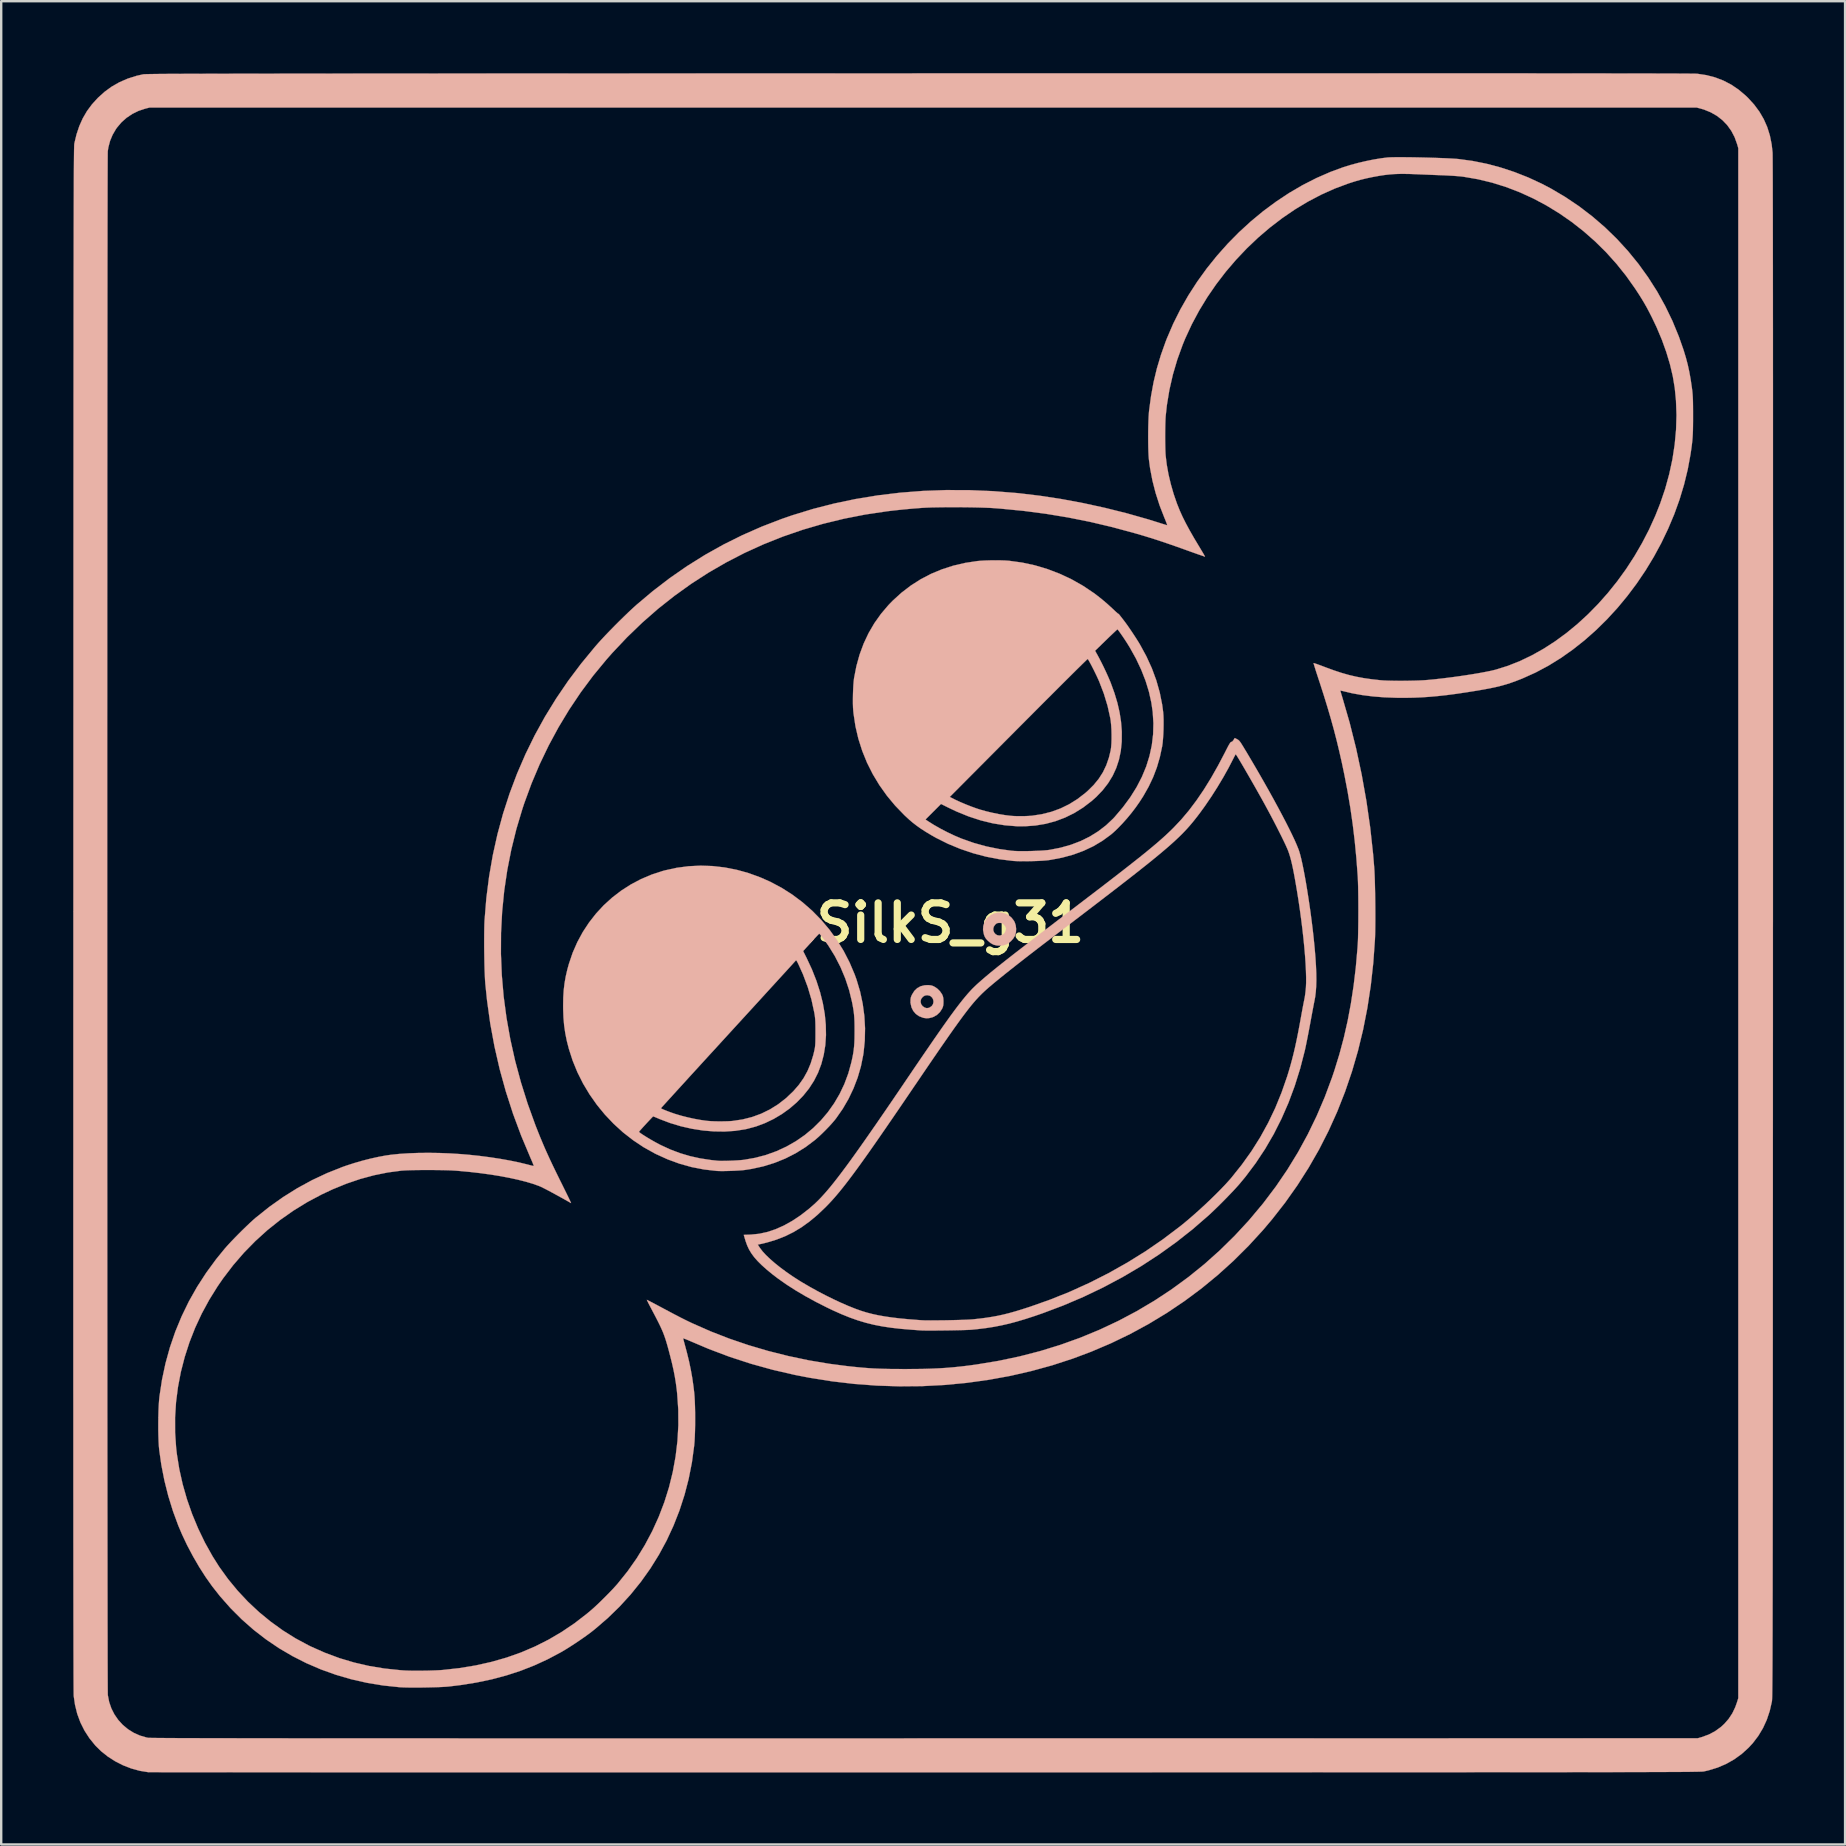
<source format=kicad_pcb>
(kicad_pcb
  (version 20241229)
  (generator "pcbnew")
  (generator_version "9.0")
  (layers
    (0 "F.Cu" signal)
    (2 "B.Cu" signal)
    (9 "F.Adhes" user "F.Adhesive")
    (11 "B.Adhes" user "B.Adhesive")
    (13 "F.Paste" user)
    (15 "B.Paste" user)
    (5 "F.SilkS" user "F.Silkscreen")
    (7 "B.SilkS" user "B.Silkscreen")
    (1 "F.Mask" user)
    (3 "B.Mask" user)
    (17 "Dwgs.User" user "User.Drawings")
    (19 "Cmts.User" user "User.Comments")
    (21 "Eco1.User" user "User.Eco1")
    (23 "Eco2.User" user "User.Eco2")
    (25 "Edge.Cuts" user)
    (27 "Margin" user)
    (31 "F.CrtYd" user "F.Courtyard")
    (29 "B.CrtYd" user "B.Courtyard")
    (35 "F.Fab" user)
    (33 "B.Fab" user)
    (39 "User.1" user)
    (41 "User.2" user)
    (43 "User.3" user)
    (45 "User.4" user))
  (footprint "B.SilkS_g31"
    (layer "F.Cu")
    (at 35.435 35.414)
    (property "Reference" "B.SilkS_g31" (at 0 0 0) (layer "F.SilkS") (effects (font (size 1.524 1.524) (thickness 0.3))))
    (attr through_hole)
    (fp_poly (pts (xy 3.266 -0.423) (xy 3.415 -0.386) (xy 3.553 -0.317) (xy 3.675 -0.217) (xy 3.774 -0.087) (xy 3.807 -0.024) (xy 3.848 0.103) (xy 3.865 0.246) (xy 3.858 0.388) (xy 3.825 0.515) (xy 3.817 0.533) (xy 3.746 0.65) (xy 3.648 0.761) (xy 3.537 0.852) (xy 3.483 0.884) (xy 3.357 0.929) (xy 3.212 0.948) (xy 3.064 0.943) (xy 2.93 0.91) (xy 2.921 0.907) (xy 2.799 0.839) (xy 2.685 0.741) (xy 2.617 0.669) (xy 2.573 0.606) (xy 2.54 0.535) (xy 2.518 0.467) (xy 2.486 0.296) (xy 2.489 0.241) (xy 2.911 0.241) (xy 2.918 0.327) (xy 2.951 0.405) (xy 3.006 0.468) (xy 3.078 0.512) (xy 3.161 0.531) (xy 3.252 0.517) (xy 3.325 0.481) (xy 3.389 0.417) (xy 3.432 0.333) (xy 3.447 0.244) (xy 3.442 0.202) (xy 3.417 0.15) (xy 3.374 0.09) (xy 3.356 0.071) (xy 3.307 0.027) (xy 3.26 0.006) (xy 3.197 0.000185) (xy 3.175 0) (xy 3.104 0.004) (xy 3.055 0.02) (xy 3.008 0.057) (xy 2.995 0.07) (xy 2.935 0.154) (xy 2.911 0.241) (xy 2.489 0.241) (xy 2.495 0.131) (xy 2.544 -0.024) (xy 2.631 -0.165) (xy 2.686 -0.226) (xy 2.817 -0.329) (xy 2.961 -0.396) (xy 3.113 -0.426) (xy 3.266 -0.423)) (stroke (width 0.01) (type solid)) (fill yes) (layer "B.SilkS"))
    (fp_poly (pts (xy 0.257 2.596) (xy 0.33 2.607) (xy 0.398 2.629) (xy 0.448 2.652) (xy 0.574 2.734) (xy 0.687 2.844) (xy 0.774 2.97) (xy 0.79 3.002) (xy 0.816 3.071) (xy 0.83 3.147) (xy 0.836 3.246) (xy 0.836 3.281) (xy 0.834 3.379) (xy 0.825 3.451) (xy 0.807 3.513) (xy 0.777 3.581) (xy 0.686 3.72) (xy 0.567 3.833) (xy 0.426 3.915) (xy 0.366 3.937) (xy 0.239 3.968) (xy 0.128 3.976) (xy 0.015 3.96) (xy -0.023 3.95) (xy -0.184 3.887) (xy -0.318 3.792) (xy -0.423 3.669) (xy -0.496 3.523) (xy -0.533 3.357) (xy -0.537 3.303) (xy -0.117 3.303) (xy -0.09 3.393) (xy -0.032 3.471) (xy 0.053 3.528) (xy 0.064 3.532) (xy 0.138 3.552) (xy 0.207 3.545) (xy 0.269 3.521) (xy 0.35 3.462) (xy 0.4 3.384) (xy 0.42 3.295) (xy 0.41 3.205) (xy 0.371 3.122) (xy 0.302 3.056) (xy 0.26 3.034) (xy 0.159 3.013) (xy 0.062 3.029) (xy -0.022 3.08) (xy -0.086 3.161) (xy -0.107 3.21) (xy -0.117 3.303) (xy -0.537 3.303) (xy -0.538 3.28) (xy -0.536 3.188) (xy -0.526 3.117) (xy -0.502 3.047) (xy -0.47 2.98) (xy -0.377 2.833) (xy -0.259 2.72) (xy -0.119 2.642) (xy 0.044 2.601) (xy 0.159 2.593) (xy 0.257 2.596)) (stroke (width 0.01) (type solid)) (fill yes) (layer "B.SilkS"))
    (fp_poly (pts (xy 3.212 -15.11) (xy 3.401 -15.104) (xy 3.562 -15.093) (xy 3.58 -15.091) (xy 4.118 -15.017) (xy 4.649 -14.902) (xy 5.171 -14.746) (xy 5.68 -14.552) (xy 6.173 -14.321) (xy 6.648 -14.052) (xy 7.101 -13.749) (xy 7.193 -13.681) (xy 7.42 -13.504) (xy 7.641 -13.317) (xy 7.87 -13.109) (xy 7.953 -13.031) (xy 8.022 -12.966) (xy 8.078 -12.917) (xy 8.115 -12.886) (xy 8.128 -12.881) (xy 8.132 -12.881) (xy 8.148 -12.866) (xy 8.176 -12.832) (xy 8.221 -12.775) (xy 8.285 -12.693) (xy 8.371 -12.581) (xy 8.408 -12.532) (xy 8.484 -12.428) (xy 8.574 -12.299) (xy 8.674 -12.152) (xy 8.777 -11.997) (xy 8.875 -11.846) (xy 8.963 -11.706) (xy 9.024 -11.605) (xy 9.293 -11.111) (xy 9.521 -10.613) (xy 9.706 -10.111) (xy 9.85 -9.604) (xy 9.952 -9.094) (xy 9.993 -8.784) (xy 10.004 -8.64) (xy 10.01 -8.466) (xy 10.01 -8.272) (xy 10.007 -8.069) (xy 9.999 -7.866) (xy 9.986 -7.674) (xy 9.971 -7.504) (xy 9.952 -7.364) (xy 9.95 -7.355) (xy 9.855 -6.909) (xy 9.731 -6.484) (xy 9.576 -6.076) (xy 9.386 -5.675) (xy 9.16 -5.277) (xy 9.006 -5.038) (xy 8.847 -4.811) (xy 8.672 -4.582) (xy 8.486 -4.357) (xy 8.296 -4.144) (xy 8.109 -3.949) (xy 7.93 -3.779) (xy 7.812 -3.678) (xy 7.459 -3.42) (xy 7.08 -3.195) (xy 6.674 -3.004) (xy 6.242 -2.845) (xy 5.784 -2.72) (xy 5.3 -2.627) (xy 5.207 -2.614) (xy 5.091 -2.602) (xy 4.942 -2.591) (xy 4.768 -2.582) (xy 4.58 -2.576) (xy 4.386 -2.572) (xy 4.196 -2.57) (xy 4.018 -2.571) (xy 3.862 -2.576) (xy 3.737 -2.583) (xy 3.729 -2.584) (xy 3.171 -2.653) (xy 2.616 -2.76) (xy 2.071 -2.904) (xy 1.538 -3.084) (xy 1.024 -3.297) (xy 0.533 -3.542) (xy 0.328 -3.658) (xy 0.095 -3.798) (xy -0.108 -3.929) (xy -0.289 -4.058) (xy -0.458 -4.189) (xy -0.598 -4.31) (xy 0.087 -4.31) (xy 0.19 -4.24) (xy 0.437 -4.084) (xy 0.713 -3.927) (xy 1.006 -3.775) (xy 1.304 -3.634) (xy 1.59 -3.513) (xy 2.097 -3.334) (xy 2.618 -3.189) (xy 3.157 -3.079) (xy 3.672 -3.007) (xy 3.786 -2.998) (xy 3.934 -2.992) (xy 4.106 -2.99) (xy 4.295 -2.991) (xy 4.492 -2.995) (xy 4.688 -3.002) (xy 4.874 -3.01) (xy 5.042 -3.021) (xy 5.184 -3.034) (xy 5.264 -3.045) (xy 5.718 -3.134) (xy 6.148 -3.256) (xy 6.553 -3.41) (xy 6.932 -3.597) (xy 7.285 -3.816) (xy 7.61 -4.066) (xy 7.907 -4.346) (xy 7.972 -4.416) (xy 8.318 -4.824) (xy 8.623 -5.238) (xy 8.886 -5.659) (xy 9.107 -6.087) (xy 9.287 -6.521) (xy 9.424 -6.962) (xy 9.52 -7.409) (xy 9.574 -7.863) (xy 9.586 -8.323) (xy 9.557 -8.79) (xy 9.501 -9.176) (xy 9.401 -9.629) (xy 9.26 -10.088) (xy 9.079 -10.55) (xy 8.861 -11.013) (xy 8.605 -11.473) (xy 8.503 -11.639) (xy 8.437 -11.742) (xy 8.367 -11.848) (xy 8.297 -11.952) (xy 8.23 -12.048) (xy 8.172 -12.13) (xy 8.126 -12.192) (xy 8.096 -12.228) (xy 8.087 -12.234) (xy 8.069 -12.22) (xy 8.025 -12.18) (xy 7.958 -12.117) (xy 7.872 -12.036) (xy 7.771 -11.94) (xy 7.659 -11.832) (xy 7.614 -11.788) (xy 7.155 -11.342) (xy 7.241 -11.19) (xy 7.325 -11.035) (xy 7.419 -10.853) (xy 7.516 -10.657) (xy 7.611 -10.456) (xy 7.698 -10.264) (xy 7.773 -10.09) (xy 7.809 -10.001) (xy 7.964 -9.574) (xy 8.086 -9.167) (xy 8.176 -8.774) (xy 8.236 -8.389) (xy 8.267 -8.006) (xy 8.269 -7.959) (xy 8.266 -7.552) (xy 8.227 -7.167) (xy 8.151 -6.803) (xy 8.038 -6.458) (xy 7.888 -6.132) (xy 7.699 -5.823) (xy 7.472 -5.53) (xy 7.206 -5.252) (xy 7.008 -5.077) (xy 6.656 -4.808) (xy 6.288 -4.579) (xy 5.905 -4.39) (xy 5.507 -4.24) (xy 5.093 -4.129) (xy 4.665 -4.058) (xy 4.222 -4.026) (xy 3.895 -4.028) (xy 3.397 -4.068) (xy 2.895 -4.149) (xy 2.391 -4.272) (xy 1.885 -4.437) (xy 1.377 -4.644) (xy 1.036 -4.806) (xy 0.734 -4.957) (xy 0.41 -4.633) (xy 0.087 -4.31) (xy -0.598 -4.31) (xy -0.623 -4.332) (xy -0.791 -4.488) (xy -1.175 -4.886) (xy -1.479 -5.251) (xy 1.099 -5.251) (xy 1.169 -5.214) (xy 1.345 -5.125) (xy 1.549 -5.032) (xy 1.77 -4.938) (xy 1.994 -4.85) (xy 2.21 -4.772) (xy 2.366 -4.721) (xy 2.61 -4.653) (xy 2.873 -4.59) (xy 3.141 -4.535) (xy 3.401 -4.492) (xy 3.638 -4.463) (xy 3.672 -4.46) (xy 3.785 -4.453) (xy 3.925 -4.449) (xy 4.08 -4.449) (xy 4.237 -4.451) (xy 4.381 -4.457) (xy 4.501 -4.465) (xy 4.525 -4.467) (xy 4.942 -4.531) (xy 5.339 -4.632) (xy 5.718 -4.771) (xy 6.079 -4.948) (xy 6.424 -5.164) (xy 6.755 -5.42) (xy 6.847 -5.501) (xy 7.097 -5.748) (xy 7.308 -6.006) (xy 7.483 -6.28) (xy 7.624 -6.575) (xy 7.734 -6.895) (xy 7.804 -7.186) (xy 7.823 -7.316) (xy 7.836 -7.478) (xy 7.842 -7.662) (xy 7.842 -7.857) (xy 7.837 -8.054) (xy 7.825 -8.243) (xy 7.808 -8.414) (xy 7.792 -8.52) (xy 7.677 -9.04) (xy 7.52 -9.558) (xy 7.325 -10.065) (xy 7.28 -10.166) (xy 7.227 -10.281) (xy 7.168 -10.404) (xy 7.106 -10.53) (xy 7.044 -10.652) (xy 6.986 -10.765) (xy 6.933 -10.862) (xy 6.891 -10.937) (xy 6.86 -10.985) (xy 6.847 -11) (xy 6.83 -10.986) (xy 6.785 -10.943) (xy 6.713 -10.873) (xy 6.615 -10.778) (xy 6.494 -10.658) (xy 6.349 -10.516) (xy 6.184 -10.352) (xy 5.999 -10.168) (xy 5.796 -9.966) (xy 5.576 -9.746) (xy 5.341 -9.511) (xy 5.092 -9.263) (xy 4.831 -9.001) (xy 4.559 -8.728) (xy 4.277 -8.445) (xy 3.988 -8.155) (xy 3.962 -8.129) (xy 1.099 -5.251) (xy -1.479 -5.251) (xy -1.524 -5.306) (xy -1.836 -5.745) (xy -2.112 -6.203) (xy -2.35 -6.677) (xy -2.549 -7.168) (xy -2.71 -7.673) (xy -2.831 -8.191) (xy -2.911 -8.721) (xy -2.923 -8.837) (xy -2.933 -8.977) (xy -2.938 -9.146) (xy -2.938 -9.335) (xy -2.935 -9.533) (xy -2.928 -9.729) (xy -2.918 -9.914) (xy -2.905 -10.077) (xy -2.89 -10.202) (xy -2.792 -10.704) (xy -2.659 -11.184) (xy -2.49 -11.641) (xy -2.285 -12.077) (xy -2.044 -12.49) (xy -1.767 -12.88) (xy -1.455 -13.248) (xy -1.281 -13.427) (xy -0.914 -13.761) (xy -0.524 -14.06) (xy -0.113 -14.322) (xy 0.32 -14.548) (xy 0.773 -14.736) (xy 1.247 -14.889) (xy 1.741 -15.004) (xy 2.244 -15.08) (xy 2.401 -15.094) (xy 2.588 -15.104) (xy 2.793 -15.11) (xy 3.005 -15.112) (xy 3.212 -15.11)) (stroke (width 0.01) (type solid)) (fill yes) (layer "B.SilkS"))
    (fp_poly (pts (xy -8.783 -2.369) (xy -8.281 -2.311) (xy -7.78 -2.213) (xy -7.284 -2.075) (xy -6.793 -1.896) (xy -6.382 -1.714) (xy -5.91 -1.463) (xy -5.46 -1.176) (xy -5.035 -0.857) (xy -4.634 -0.506) (xy -4.261 -0.126) (xy -3.917 0.281) (xy -3.604 0.714) (xy -3.323 1.17) (xy -3.077 1.648) (xy -2.866 2.145) (xy -2.785 2.369) (xy -2.638 2.863) (xy -2.53 3.368) (xy -2.461 3.879) (xy -2.432 4.393) (xy -2.443 4.906) (xy -2.494 5.412) (xy -2.51 5.514) (xy -2.605 5.983) (xy -2.74 6.446) (xy -2.913 6.897) (xy -3.12 7.332) (xy -3.361 7.747) (xy -3.632 8.136) (xy -3.687 8.207) (xy -3.793 8.332) (xy -3.922 8.475) (xy -4.067 8.625) (xy -4.217 8.774) (xy -4.363 8.912) (xy -4.496 9.029) (xy -4.519 9.048) (xy -4.908 9.341) (xy -5.319 9.598) (xy -5.75 9.818) (xy -6.201 10) (xy -6.671 10.146) (xy -7.16 10.253) (xy -7.44 10.297) (xy -7.55 10.309) (xy -7.691 10.319) (xy -7.851 10.328) (xy -8.021 10.335) (xy -8.191 10.34) (xy -8.351 10.343) (xy -8.491 10.342) (xy -8.6 10.338) (xy -8.615 10.337) (xy -9.141 10.277) (xy -9.657 10.177) (xy -10.164 10.036) (xy -10.663 9.853) (xy -11.156 9.629) (xy -11.202 9.605) (xy -11.662 9.348) (xy -12.101 9.055) (xy -12.518 8.73) (xy -12.544 8.706) (xy -11.853 8.706) (xy -11.836 8.727) (xy -11.786 8.766) (xy -11.71 8.818) (xy -11.613 8.88) (xy -11.5 8.95) (xy -11.377 9.023) (xy -11.249 9.097) (xy -11.121 9.168) (xy -10.999 9.233) (xy -10.936 9.265) (xy -10.542 9.446) (xy -10.143 9.597) (xy -9.733 9.719) (xy -9.305 9.814) (xy -8.852 9.883) (xy -8.551 9.915) (xy -8.465 9.919) (xy -8.345 9.919) (xy -8.203 9.917) (xy -8.048 9.912) (xy -7.889 9.905) (xy -7.736 9.896) (xy -7.599 9.886) (xy -7.488 9.875) (xy -7.478 9.873) (xy -7.009 9.791) (xy -6.557 9.671) (xy -6.122 9.514) (xy -5.706 9.322) (xy -5.312 9.097) (xy -4.941 8.84) (xy -4.595 8.552) (xy -4.275 8.235) (xy -3.983 7.891) (xy -3.721 7.521) (xy -3.49 7.127) (xy -3.292 6.71) (xy -3.129 6.272) (xy -3.003 5.815) (xy -2.996 5.784) (xy -2.957 5.607) (xy -2.927 5.448) (xy -2.905 5.3) (xy -2.889 5.153) (xy -2.878 4.996) (xy -2.871 4.821) (xy -2.869 4.618) (xy -2.868 4.508) (xy -2.869 4.3) (xy -2.872 4.124) (xy -2.879 3.972) (xy -2.889 3.834) (xy -2.904 3.701) (xy -2.925 3.564) (xy -2.952 3.412) (xy -2.976 3.291) (xy -3.096 2.799) (xy -3.257 2.314) (xy -3.456 1.84) (xy -3.692 1.381) (xy -3.963 0.942) (xy -4.151 0.676) (xy -4.216 0.592) (xy -4.272 0.522) (xy -4.315 0.473) (xy -4.339 0.45) (xy -4.342 0.449) (xy -4.361 0.466) (xy -4.404 0.51) (xy -4.466 0.576) (xy -4.544 0.66) (xy -4.634 0.758) (xy -4.686 0.815) (xy -5.012 1.174) (xy -4.867 1.463) (xy -4.645 1.94) (xy -4.458 2.415) (xy -4.307 2.884) (xy -4.191 3.346) (xy -4.111 3.801) (xy -4.068 4.245) (xy -4.06 4.677) (xy -4.088 5.095) (xy -4.154 5.498) (xy -4.255 5.884) (xy -4.394 6.251) (xy -4.563 6.584) (xy -4.768 6.901) (xy -5.008 7.2) (xy -5.278 7.479) (xy -5.576 7.736) (xy -5.898 7.967) (xy -6.24 8.17) (xy -6.6 8.343) (xy -6.973 8.483) (xy -7.358 8.587) (xy -7.433 8.603) (xy -7.849 8.667) (xy -8.283 8.696) (xy -8.731 8.69) (xy -9.187 8.652) (xy -9.647 8.58) (xy -10.106 8.476) (xy -10.558 8.34) (xy -10.999 8.173) (xy -11.053 8.149) (xy -11.137 8.114) (xy -11.206 8.086) (xy -11.251 8.068) (xy -11.263 8.065) (xy -11.28 8.079) (xy -11.32 8.12) (xy -11.378 8.181) (xy -11.448 8.256) (xy -11.526 8.339) (xy -11.606 8.426) (xy -11.683 8.51) (xy -11.751 8.586) (xy -11.806 8.648) (xy -11.842 8.69) (xy -11.853 8.706) (xy -12.544 8.706) (xy -12.909 8.374) (xy -13.273 7.99) (xy -13.492 7.723) (xy -10.939 7.723) (xy -10.922 7.737) (xy -10.872 7.762) (xy -10.795 7.795) (xy -10.698 7.834) (xy -10.587 7.876) (xy -10.468 7.919) (xy -10.349 7.96) (xy -10.319 7.969) (xy -10.079 8.04) (xy -9.818 8.106) (xy -9.548 8.165) (xy -9.284 8.213) (xy -9.042 8.247) (xy -8.996 8.252) (xy -8.852 8.263) (xy -8.681 8.27) (xy -8.495 8.273) (xy -8.307 8.271) (xy -8.133 8.266) (xy -7.984 8.257) (xy -7.956 8.254) (xy -7.539 8.192) (xy -7.14 8.091) (xy -6.758 7.951) (xy -6.395 7.773) (xy -6.051 7.558) (xy -5.726 7.305) (xy -5.421 7.015) (xy -5.19 6.749) (xy -4.994 6.471) (xy -4.83 6.174) (xy -4.696 5.854) (xy -4.589 5.507) (xy -4.547 5.331) (xy -4.532 5.259) (xy -4.52 5.192) (xy -4.512 5.123) (xy -4.506 5.044) (xy -4.502 4.95) (xy -4.5 4.832) (xy -4.499 4.683) (xy -4.499 4.561) (xy -4.499 4.384) (xy -4.501 4.241) (xy -4.504 4.124) (xy -4.509 4.027) (xy -4.517 3.939) (xy -4.528 3.855) (xy -4.543 3.766) (xy -4.548 3.736) (xy -4.664 3.201) (xy -4.821 2.67) (xy -5.017 2.148) (xy -5.187 1.77) (xy -5.233 1.673) (xy -5.266 1.61) (xy -5.288 1.575) (xy -5.305 1.562) (xy -5.319 1.568) (xy -5.332 1.582) (xy -5.349 1.602) (xy -5.394 1.651) (xy -5.464 1.729) (xy -5.559 1.833) (xy -5.677 1.963) (xy -5.817 2.116) (xy -5.977 2.291) (xy -6.155 2.486) (xy -6.352 2.701) (xy -6.564 2.933) (xy -6.79 3.181) (xy -7.03 3.444) (xy -7.282 3.719) (xy -7.545 4.006) (xy -7.816 4.302) (xy -8.095 4.607) (xy -8.149 4.666) (xy -8.429 4.972) (xy -8.701 5.27) (xy -8.965 5.557) (xy -9.218 5.834) (xy -9.459 6.098) (xy -9.687 6.347) (xy -9.9 6.581) (xy -10.097 6.797) (xy -10.277 6.994) (xy -10.439 7.172) (xy -10.58 7.327) (xy -10.7 7.459) (xy -10.797 7.566) (xy -10.87 7.646) (xy -10.917 7.699) (xy -10.938 7.722) (xy -10.939 7.723) (xy -13.492 7.723) (xy -13.608 7.581) (xy -13.912 7.149) (xy -14.184 6.696) (xy -14.42 6.225) (xy -14.619 5.738) (xy -14.773 5.26) (xy -14.86 4.924) (xy -14.925 4.602) (xy -14.972 4.28) (xy -15.001 3.948) (xy -15.014 3.592) (xy -15.015 3.45) (xy -15.01 3.115) (xy -14.991 2.808) (xy -14.957 2.518) (xy -14.907 2.233) (xy -14.839 1.94) (xy -14.774 1.705) (xy -14.617 1.242) (xy -14.423 0.8) (xy -14.195 0.379) (xy -13.933 -0.019) (xy -13.641 -0.392) (xy -13.319 -0.739) (xy -12.969 -1.057) (xy -12.594 -1.345) (xy -12.194 -1.601) (xy -11.771 -1.825) (xy -11.328 -2.013) (xy -10.866 -2.164) (xy -10.769 -2.19) (xy -10.279 -2.297) (xy -9.784 -2.362) (xy -9.285 -2.386) (xy -8.783 -2.369)) (stroke (width 0.01) (type solid)) (fill yes) (layer "B.SilkS"))
    (fp_poly (pts (xy 13.076 -7.654) (xy 13.106 -7.638) (xy 13.133 -7.619) (xy 13.161 -7.594) (xy 13.191 -7.557) (xy 13.229 -7.505) (xy 13.275 -7.433) (xy 13.334 -7.337) (xy 13.409 -7.213) (xy 13.497 -7.067) (xy 13.729 -6.674) (xy 13.955 -6.287) (xy 14.172 -5.908) (xy 14.381 -5.539) (xy 14.579 -5.182) (xy 14.765 -4.84) (xy 14.938 -4.516) (xy 15.097 -4.212) (xy 15.24 -3.93) (xy 15.366 -3.673) (xy 15.475 -3.442) (xy 15.563 -3.241) (xy 15.631 -3.072) (xy 15.66 -2.992) (xy 15.7 -2.856) (xy 15.744 -2.682) (xy 15.791 -2.475) (xy 15.84 -2.237) (xy 15.89 -1.974) (xy 15.941 -1.69) (xy 15.991 -1.388) (xy 16.041 -1.072) (xy 16.09 -0.747) (xy 16.137 -0.418) (xy 16.18 -0.087) (xy 16.221 0.241) (xy 16.257 0.562) (xy 16.265 0.635) (xy 16.307 1.058) (xy 16.339 1.442) (xy 16.361 1.791) (xy 16.374 2.106) (xy 16.377 2.389) (xy 16.37 2.645) (xy 16.354 2.874) (xy 16.329 3.08) (xy 16.299 3.242) (xy 16.285 3.31) (xy 16.265 3.413) (xy 16.24 3.545) (xy 16.211 3.699) (xy 16.179 3.87) (xy 16.146 4.05) (xy 16.12 4.191) (xy 16.084 4.385) (xy 16.046 4.584) (xy 16.008 4.78) (xy 15.971 4.964) (xy 15.938 5.127) (xy 15.909 5.262) (xy 15.895 5.324) (xy 15.702 6.072) (xy 15.476 6.794) (xy 15.217 7.491) (xy 14.924 8.161) (xy 14.599 8.805) (xy 14.24 9.422) (xy 13.848 10.013) (xy 13.424 10.578) (xy 13.174 10.88) (xy 13.064 11.004) (xy 12.93 11.15) (xy 12.776 11.312) (xy 12.61 11.484) (xy 12.438 11.658) (xy 12.267 11.828) (xy 12.101 11.988) (xy 11.949 12.132) (xy 11.885 12.191) (xy 11.226 12.763) (xy 10.536 13.307) (xy 9.816 13.823) (xy 9.068 14.31) (xy 8.294 14.766) (xy 7.495 15.191) (xy 6.674 15.584) (xy 5.831 15.944) (xy 4.969 16.269) (xy 4.611 16.392) (xy 4.238 16.513) (xy 3.894 16.615) (xy 3.569 16.702) (xy 3.253 16.774) (xy 2.939 16.835) (xy 2.616 16.886) (xy 2.276 16.928) (xy 2.011 16.955) (xy 1.942 16.96) (xy 1.836 16.964) (xy 1.701 16.969) (xy 1.542 16.973) (xy 1.365 16.977) (xy 1.175 16.981) (xy 0.979 16.984) (xy 0.782 16.986) (xy 0.591 16.988) (xy 0.411 16.989) (xy 0.248 16.989) (xy 0.107 16.989) (xy -0.004 16.987) (xy -0.08 16.985) (xy -0.095 16.984) (xy -0.156 16.98) (xy -0.247 16.973) (xy -0.358 16.965) (xy -0.477 16.957) (xy -0.508 16.954) (xy -0.941 16.918) (xy -1.339 16.873) (xy -1.711 16.817) (xy -2.062 16.749) (xy -2.401 16.665) (xy -2.735 16.565) (xy -3.071 16.446) (xy -3.417 16.306) (xy -3.779 16.144) (xy -4.029 16.024) (xy -4.487 15.792) (xy -4.923 15.553) (xy -5.334 15.31) (xy -5.715 15.065) (xy -6.061 14.822) (xy -6.303 14.637) (xy -6.539 14.442) (xy -6.741 14.261) (xy -6.911 14.092) (xy -7.054 13.929) (xy -7.172 13.768) (xy -7.269 13.606) (xy -7.347 13.437) (xy -7.357 13.409) (xy -6.904 13.409) (xy -6.812 13.547) (xy -6.706 13.687) (xy -6.564 13.842) (xy -6.391 14.007) (xy -6.19 14.182) (xy -5.966 14.361) (xy -5.721 14.543) (xy -5.46 14.724) (xy -5.185 14.902) (xy -5.051 14.984) (xy -4.74 15.166) (xy -4.416 15.345) (xy -4.087 15.518) (xy -3.757 15.681) (xy -3.436 15.831) (xy -3.128 15.965) (xy -2.84 16.08) (xy -2.582 16.172) (xy -2.36 16.24) (xy -2.125 16.301) (xy -1.874 16.355) (xy -1.601 16.403) (xy -1.303 16.446) (xy -0.977 16.485) (xy -0.617 16.519) (xy -0.221 16.55) (xy -0.064 16.561) (xy 0.025 16.565) (xy 0.15 16.567) (xy 0.304 16.568) (xy 0.481 16.567) (xy 0.675 16.565) (xy 0.879 16.563) (xy 1.087 16.559) (xy 1.292 16.554) (xy 1.488 16.549) (xy 1.669 16.543) (xy 1.828 16.537) (xy 1.958 16.53) (xy 2.054 16.523) (xy 2.066 16.522) (xy 2.353 16.491) (xy 2.614 16.457) (xy 2.858 16.419) (xy 3.093 16.376) (xy 3.327 16.325) (xy 3.567 16.265) (xy 3.821 16.194) (xy 4.097 16.11) (xy 4.404 16.011) (xy 4.445 15.998) (xy 5.287 15.7) (xy 6.118 15.366) (xy 6.933 14.995) (xy 7.729 14.591) (xy 8.504 14.154) (xy 9.256 13.687) (xy 9.979 13.19) (xy 10.673 12.666) (xy 10.774 12.586) (xy 11.001 12.399) (xy 11.239 12.194) (xy 11.483 11.977) (xy 11.728 11.752) (xy 11.968 11.525) (xy 12.197 11.301) (xy 12.412 11.084) (xy 12.605 10.881) (xy 12.772 10.696) (xy 12.832 10.626) (xy 13.273 10.074) (xy 13.675 9.511) (xy 14.04 8.931) (xy 14.369 8.333) (xy 14.665 7.713) (xy 14.928 7.069) (xy 15.161 6.398) (xy 15.22 6.207) (xy 15.294 5.955) (xy 15.363 5.703) (xy 15.428 5.446) (xy 15.491 5.177) (xy 15.553 4.89) (xy 15.616 4.578) (xy 15.681 4.235) (xy 15.736 3.93) (xy 15.765 3.77) (xy 15.794 3.613) (xy 15.821 3.467) (xy 15.846 3.339) (xy 15.866 3.24) (xy 15.876 3.19) (xy 15.895 3.092) (xy 15.913 2.969) (xy 15.929 2.834) (xy 15.941 2.704) (xy 15.942 2.7) (xy 15.951 2.499) (xy 15.951 2.26) (xy 15.943 1.987) (xy 15.928 1.685) (xy 15.905 1.356) (xy 15.875 1.005) (xy 15.838 0.635) (xy 15.795 0.251) (xy 15.745 -0.145) (xy 15.691 -0.547) (xy 15.631 -0.953) (xy 15.566 -1.359) (xy 15.497 -1.761) (xy 15.481 -1.852) (xy 15.432 -2.115) (xy 15.386 -2.341) (xy 15.342 -2.535) (xy 15.299 -2.703) (xy 15.255 -2.85) (xy 15.21 -2.982) (xy 15.196 -3.019) (xy 15.153 -3.121) (xy 15.093 -3.255) (xy 15.016 -3.416) (xy 14.927 -3.599) (xy 14.826 -3.8) (xy 14.718 -4.014) (xy 14.604 -4.235) (xy 14.486 -4.46) (xy 14.367 -4.682) (xy 14.25 -4.898) (xy 14.203 -4.985) (xy 14.099 -5.172) (xy 13.99 -5.366) (xy 13.878 -5.565) (xy 13.765 -5.764) (xy 13.653 -5.96) (xy 13.544 -6.149) (xy 13.44 -6.329) (xy 13.343 -6.496) (xy 13.255 -6.646) (xy 13.178 -6.776) (xy 13.113 -6.883) (xy 13.064 -6.962) (xy 13.031 -7.012) (xy 13.018 -7.027) (xy 13.004 -7.01) (xy 12.976 -6.962) (xy 12.941 -6.895) (xy 12.925 -6.863) (xy 12.725 -6.475) (xy 12.5 -6.072) (xy 12.256 -5.664) (xy 12 -5.262) (xy 11.739 -4.879) (xy 11.524 -4.583) (xy 11.437 -4.468) (xy 11.351 -4.357) (xy 11.265 -4.249) (xy 11.178 -4.144) (xy 11.089 -4.039) (xy 10.996 -3.934) (xy 10.897 -3.828) (xy 10.793 -3.72) (xy 10.68 -3.608) (xy 10.558 -3.492) (xy 10.426 -3.37) (xy 10.282 -3.241) (xy 10.125 -3.104) (xy 9.954 -2.959) (xy 9.767 -2.803) (xy 9.563 -2.636) (xy 9.341 -2.456) (xy 9.099 -2.264) (xy 8.836 -2.056) (xy 8.551 -1.833) (xy 8.243 -1.594) (xy 7.909 -1.336) (xy 7.55 -1.06) (xy 7.163 -0.763) (xy 6.747 -0.445) (xy 6.301 -0.105) (xy 5.824 0.258) (xy 5.397 0.582) (xy 5.007 0.88) (xy 4.637 1.164) (xy 4.289 1.433) (xy 3.965 1.686) (xy 3.667 1.921) (xy 3.396 2.136) (xy 3.154 2.332) (xy 2.943 2.505) (xy 2.764 2.656) (xy 2.72 2.693) (xy 2.629 2.773) (xy 2.541 2.853) (xy 2.455 2.934) (xy 2.369 3.02) (xy 2.282 3.11) (xy 2.192 3.208) (xy 2.099 3.315) (xy 2.001 3.432) (xy 1.897 3.562) (xy 1.786 3.705) (xy 1.665 3.865) (xy 1.535 4.042) (xy 1.393 4.238) (xy 1.238 4.455) (xy 1.07 4.694) (xy 0.886 4.958) (xy 0.685 5.248) (xy 0.467 5.566) (xy 0.229 5.914) (xy -0.029 6.293) (xy -0.309 6.705) (xy -0.392 6.826) (xy -0.719 7.308) (xy -1.025 7.757) (xy -1.31 8.173) (xy -1.575 8.559) (xy -1.821 8.915) (xy -2.05 9.244) (xy -2.262 9.547) (xy -2.46 9.825) (xy -2.643 10.081) (xy -2.814 10.315) (xy -2.973 10.53) (xy -3.121 10.727) (xy -3.26 10.907) (xy -3.391 11.072) (xy -3.514 11.224) (xy -3.632 11.364) (xy -3.745 11.494) (xy -3.855 11.615) (xy -3.962 11.729) (xy -4.067 11.837) (xy -4.085 11.855) (xy -4.416 12.169) (xy -4.746 12.444) (xy -5.077 12.683) (xy -5.416 12.887) (xy -5.766 13.06) (xy -6.132 13.203) (xy -6.518 13.32) (xy -6.823 13.392) (xy -6.904 13.409) (xy -7.357 13.409) (xy -7.411 13.259) (xy -7.424 13.215) (xy -7.487 13.002) (xy -7.188 12.991) (xy -6.85 12.957) (xy -6.508 12.883) (xy -6.161 12.767) (xy -5.813 12.612) (xy -5.463 12.417) (xy -5.112 12.183) (xy -4.763 11.911) (xy -4.548 11.723) (xy -4.448 11.629) (xy -4.345 11.527) (xy -4.237 11.413) (xy -4.123 11.288) (xy -4.003 11.15) (xy -3.875 10.998) (xy -3.739 10.829) (xy -3.593 10.643) (xy -3.437 10.439) (xy -3.269 10.214) (xy -3.088 9.969) (xy -2.894 9.7) (xy -2.685 9.407) (xy -2.461 9.089) (xy -2.22 8.744) (xy -1.961 8.371) (xy -1.684 7.968) (xy -1.386 7.534) (xy -1.068 7.067) (xy -0.729 6.567) (xy -0.625 6.413) (xy -0.34 5.993) (xy -0.077 5.607) (xy 0.166 5.253) (xy 0.389 4.928) (xy 0.594 4.632) (xy 0.782 4.363) (xy 0.955 4.119) (xy 1.113 3.898) (xy 1.259 3.699) (xy 1.393 3.519) (xy 1.517 3.358) (xy 1.632 3.212) (xy 1.739 3.082) (xy 1.839 2.964) (xy 1.935 2.857) (xy 2.026 2.759) (xy 2.116 2.67) (xy 2.203 2.586) (xy 2.279 2.517) (xy 2.377 2.43) (xy 2.478 2.342) (xy 2.584 2.251) (xy 2.697 2.156) (xy 2.818 2.055) (xy 2.95 1.948) (xy 3.093 1.832) (xy 3.25 1.707) (xy 3.423 1.57) (xy 3.613 1.421) (xy 3.822 1.258) (xy 4.052 1.08) (xy 4.305 0.885) (xy 4.582 0.672) (xy 4.885 0.44) (xy 5.216 0.187) (xy 5.577 -0.089) (xy 5.97 -0.388) (xy 6.085 -0.477) (xy 6.516 -0.805) (xy 6.914 -1.109) (xy 7.282 -1.39) (xy 7.621 -1.65) (xy 7.932 -1.89) (xy 8.218 -2.112) (xy 8.479 -2.315) (xy 8.718 -2.503) (xy 8.937 -2.676) (xy 9.136 -2.835) (xy 9.318 -2.982) (xy 9.484 -3.119) (xy 9.635 -3.246) (xy 9.774 -3.364) (xy 9.902 -3.476) (xy 10.021 -3.582) (xy 10.132 -3.684) (xy 10.237 -3.783) (xy 10.338 -3.88) (xy 10.426 -3.967) (xy 10.752 -4.313) (xy 11.07 -4.691) (xy 11.38 -5.103) (xy 11.685 -5.55) (xy 11.986 -6.036) (xy 12.283 -6.56) (xy 12.556 -7.08) (xy 12.632 -7.23) (xy 12.692 -7.346) (xy 12.739 -7.431) (xy 12.775 -7.489) (xy 12.801 -7.524) (xy 12.82 -7.539) (xy 12.83 -7.541) (xy 12.87 -7.557) (xy 12.917 -7.612) (xy 12.923 -7.62) (xy 12.976 -7.705) (xy 13.076 -7.654)) (stroke (width 0.01) (type solid)) (fill yes) (layer "B.SilkS"))
    (fp_poly (pts (xy 16.532 -35.409) (xy 17.543 -35.409) (xy 18.517 -35.409) (xy 19.454 -35.408) (xy 20.355 -35.408) (xy 21.22 -35.408) (xy 22.049 -35.408) (xy 22.842 -35.408) (xy 23.601 -35.407) (xy 24.325 -35.407) (xy 25.014 -35.407) (xy 25.67 -35.406) (xy 26.292 -35.406) (xy 26.881 -35.406) (xy 27.437 -35.405) (xy 27.96 -35.405) (xy 28.452 -35.404) (xy 28.911 -35.403) (xy 29.34 -35.403) (xy 29.737 -35.402) (xy 30.104 -35.402) (xy 30.44 -35.401) (xy 30.746 -35.4) (xy 31.023 -35.399) (xy 31.271 -35.399) (xy 31.49 -35.398) (xy 31.68 -35.397) (xy 31.843 -35.396) (xy 31.977 -35.395) (xy 32.085 -35.394) (xy 32.165 -35.393) (xy 32.218 -35.392) (xy 32.246 -35.391) (xy 32.247 -35.391) (xy 32.632 -35.333) (xy 32.996 -35.238) (xy 33.341 -35.106) (xy 33.668 -34.936) (xy 33.977 -34.727) (xy 34.27 -34.479) (xy 34.366 -34.387) (xy 34.624 -34.104) (xy 34.843 -33.808) (xy 35.024 -33.497) (xy 35.169 -33.169) (xy 35.278 -32.821) (xy 35.353 -32.45) (xy 35.391 -32.109) (xy 35.392 -32.079) (xy 35.393 -32.019) (xy 35.394 -31.928) (xy 35.395 -31.807) (xy 35.396 -31.655) (xy 35.397 -31.472) (xy 35.398 -31.257) (xy 35.399 -31.01) (xy 35.4 -30.731) (xy 35.4 -30.419) (xy 35.401 -30.075) (xy 35.402 -29.698) (xy 35.403 -29.288) (xy 35.403 -28.844) (xy 35.404 -28.366) (xy 35.404 -27.854) (xy 35.405 -27.307) (xy 35.405 -26.726) (xy 35.406 -26.11) (xy 35.406 -25.458) (xy 35.407 -24.771) (xy 35.407 -24.048) (xy 35.407 -23.288) (xy 35.408 -22.492) (xy 35.408 -21.66) (xy 35.408 -20.79) (xy 35.408 -19.883) (xy 35.408 -18.938) (xy 35.408 -17.956) (xy 35.408 -16.935) (xy 35.409 -15.876) (xy 35.409 -14.777) (xy 35.409 -13.64) (xy 35.408 -12.463) (xy 35.408 -11.247) (xy 35.408 -9.991) (xy 35.408 -8.694) (xy 35.408 -7.357) (xy 35.408 -5.979) (xy 35.407 -4.56) (xy 35.407 -3.1) (xy 35.407 -1.598) (xy 35.407 -0.054) (xy 35.406 0.222) (xy 35.406 1.631) (xy 35.406 2.997) (xy 35.406 4.323) (xy 35.405 5.608) (xy 35.405 6.854) (xy 35.405 8.06) (xy 35.404 9.228) (xy 35.404 10.357) (xy 35.404 11.45) (xy 35.403 12.505) (xy 35.403 13.525) (xy 35.403 14.509) (xy 35.402 15.459) (xy 35.402 16.374) (xy 35.402 17.256) (xy 35.401 18.105) (xy 35.401 18.921) (xy 35.401 19.706) (xy 35.4 20.46) (xy 35.4 21.184) (xy 35.4 21.877) (xy 35.399 22.542) (xy 35.399 23.178) (xy 35.399 23.786) (xy 35.398 24.367) (xy 35.398 24.921) (xy 35.397 25.449) (xy 35.397 25.952) (xy 35.396 26.43) (xy 35.396 26.884) (xy 35.395 27.315) (xy 35.395 27.723) (xy 35.394 28.108) (xy 35.393 28.472) (xy 35.393 28.815) (xy 35.392 29.137) (xy 35.392 29.44) (xy 35.391 29.724) (xy 35.39 29.989) (xy 35.389 30.236) (xy 35.389 30.467) (xy 35.388 30.68) (xy 35.387 30.878) (xy 35.386 31.06) (xy 35.385 31.228) (xy 35.384 31.381) (xy 35.383 31.522) (xy 35.382 31.649) (xy 35.381 31.764) (xy 35.38 31.868) (xy 35.379 31.96) (xy 35.378 32.043) (xy 35.377 32.115) (xy 35.376 32.179) (xy 35.375 32.234) (xy 35.373 32.282) (xy 35.372 32.322) (xy 35.371 32.356) (xy 35.369 32.383) (xy 35.368 32.406) (xy 35.366 32.424) (xy 35.365 32.438) (xy 35.363 32.448) (xy 35.363 32.449) (xy 35.273 32.844) (xy 35.149 33.215) (xy 34.99 33.561) (xy 34.796 33.884) (xy 34.567 34.185) (xy 34.386 34.381) (xy 34.1 34.639) (xy 33.791 34.862) (xy 33.459 35.05) (xy 33.103 35.203) (xy 32.725 35.319) (xy 32.533 35.363) (xy 32.524 35.365) (xy 32.512 35.366) (xy 32.496 35.368) (xy 32.476 35.369) (xy 32.451 35.371) (xy 32.421 35.372) (xy 32.384 35.373) (xy 32.341 35.375) (xy 32.29 35.376) (xy 32.232 35.377) (xy 32.165 35.378) (xy 32.089 35.379) (xy 32.002 35.381) (xy 31.906 35.382) (xy 31.798 35.383) (xy 31.679 35.384) (xy 31.547 35.385) (xy 31.402 35.385) (xy 31.244 35.386) (xy 31.071 35.387) (xy 30.883 35.388) (xy 30.68 35.389) (xy 30.461 35.389) (xy 30.225 35.39) (xy 29.972 35.391) (xy 29.701 35.392) (xy 29.411 35.392) (xy 29.102 35.393) (xy 28.773 35.393) (xy 28.424 35.394) (xy 28.053 35.394) (xy 27.661 35.395) (xy 27.246 35.395) (xy 26.808 35.396) (xy 26.347 35.396) (xy 25.861 35.397) (xy 25.351 35.397) (xy 24.815 35.397) (xy 24.253 35.398) (xy 23.664 35.398) (xy 23.048 35.398) (xy 22.403 35.399) (xy 21.73 35.399) (xy 21.028 35.399) (xy 20.296 35.399) (xy 19.534 35.4) (xy 18.74 35.4) (xy 17.914 35.4) (xy 17.056 35.4) (xy 16.166 35.401) (xy 15.241 35.401) (xy 14.282 35.401) (xy 13.288 35.401) (xy 12.259 35.401) (xy 11.194 35.401) (xy 10.091 35.401) (xy 8.952 35.402) (xy 7.774 35.402) (xy 6.558 35.402) (xy 5.302 35.402) (xy 4.007 35.402) (xy 2.671 35.402) (xy 1.294 35.402) (xy 0.064 35.402) (xy -1.106 35.403) (xy -2.266 35.403) (xy -3.414 35.403) (xy -4.551 35.403) (xy -5.676 35.403) (xy -6.789 35.403) (xy -7.887 35.403) (xy -8.971 35.403) (xy -10.04 35.403) (xy -11.093 35.403) (xy -12.129 35.403) (xy -13.148 35.403) (xy -14.149 35.403) (xy -15.131 35.403) (xy -16.094 35.403) (xy -17.036 35.403) (xy -17.958 35.403) (xy -18.858 35.403) (xy -19.735 35.402) (xy -20.59 35.402) (xy -21.42 35.402) (xy -22.226 35.402) (xy -23.006 35.402) (xy -23.761 35.402) (xy -24.488 35.402) (xy -25.188 35.402) (xy -25.86 35.401) (xy -26.503 35.401) (xy -27.117 35.401) (xy -27.699 35.401) (xy -28.251 35.401) (xy -28.771 35.401) (xy -29.258 35.4) (xy -29.712 35.4) (xy -30.132 35.4) (xy -30.517 35.4) (xy -30.866 35.399) (xy -31.18 35.399) (xy -31.456 35.399) (xy -31.694 35.399) (xy -31.895 35.398) (xy -32.056 35.398) (xy -32.177 35.398) (xy -32.257 35.398) (xy -32.296 35.397) (xy -32.3 35.397) (xy -32.659 35.339) (xy -33.012 35.242) (xy -33.356 35.109) (xy -33.684 34.942) (xy -33.993 34.744) (xy -34.276 34.518) (xy -34.513 34.283) (xy -34.757 33.982) (xy -34.964 33.662) (xy -35.134 33.322) (xy -35.266 32.964) (xy -35.359 32.587) (xy -35.412 32.226) (xy -35.413 32.202) (xy -35.414 32.15) (xy -35.415 32.072) (xy -35.416 31.966) (xy -35.417 31.832) (xy -35.418 31.669) (xy -35.419 31.478) (xy -35.42 31.258) (xy -35.42 31.009) (xy -35.421 30.73) (xy -35.422 30.421) (xy -35.423 30.082) (xy -35.423 29.712) (xy -35.424 29.311) (xy -35.425 28.878) (xy -35.425 28.414) (xy -35.426 27.917) (xy -35.426 27.388) (xy -35.427 26.827) (xy -35.427 26.231) (xy -35.428 25.603) (xy -35.428 24.94) (xy -35.428 24.243) (xy -35.429 23.512) (xy -35.429 22.746) (xy -35.429 21.944) (xy -35.429 21.106) (xy -35.429 20.233) (xy -35.43 19.323) (xy -35.43 18.376) (xy -35.43 17.393) (xy -35.43 16.371) (xy -35.43 15.312) (xy -35.43 14.215) (xy -35.43 13.079) (xy -35.43 11.905) (xy -35.43 10.691) (xy -35.429 9.438) (xy -35.429 8.145) (xy -35.429 6.811) (xy -35.429 5.437) (xy -35.429 4.022) (xy -35.428 2.565) (xy -35.428 1.067) (xy -35.428 -0.159) (xy -35.427 -1.479) (xy -34.016 -1.479) (xy -34.016 -0.467) (xy -34.016 0.546) (xy -34.016 1.558) (xy -34.016 2.569) (xy -34.016 3.577) (xy -34.016 4.583) (xy -34.016 5.584) (xy -34.015 6.581) (xy -34.015 7.571) (xy -34.015 8.555) (xy -34.015 9.531) (xy -34.015 10.499) (xy -34.014 11.458) (xy -34.014 12.406) (xy -34.014 13.343) (xy -34.013 14.268) (xy -34.013 15.18) (xy -34.013 16.078) (xy -34.012 16.961) (xy -34.012 17.829) (xy -34.011 18.68) (xy -34.011 19.514) (xy -34.011 20.329) (xy -34.01 21.126) (xy -34.01 21.902) (xy -34.009 22.657) (xy -34.008 23.39) (xy -34.008 24.101) (xy -34.007 24.788) (xy -34.007 25.45) (xy -34.006 26.087) (xy -34.005 26.698) (xy -34.005 27.281) (xy -34.004 27.836) (xy -34.003 28.362) (xy -34.003 28.859) (xy -34.002 29.324) (xy -34.001 29.758) (xy -34 30.159) (xy -34 30.527) (xy -33.999 30.861) (xy -33.998 31.159) (xy -33.997 31.421) (xy -33.996 31.646) (xy -33.995 31.833) (xy -33.994 31.981) (xy -33.993 32.09) (xy -33.992 32.158) (xy -33.991 32.184) (xy -33.936 32.469) (xy -33.843 32.739) (xy -33.715 32.99) (xy -33.555 33.221) (xy -33.366 33.427) (xy -33.15 33.606) (xy -32.911 33.755) (xy -32.651 33.871) (xy -32.374 33.951) (xy -32.314 33.962) (xy -32.301 33.964) (xy -32.276 33.965) (xy -32.237 33.966) (xy -32.185 33.967) (xy -32.119 33.968) (xy -32.038 33.969) (xy -31.942 33.97) (xy -31.829 33.971) (xy -31.701 33.972) (xy -31.555 33.973) (xy -31.392 33.974) (xy -31.21 33.975) (xy -31.01 33.976) (xy -30.791 33.976) (xy -30.552 33.977) (xy -30.292 33.978) (xy -30.012 33.979) (xy -29.709 33.979) (xy -29.385 33.98) (xy -29.039 33.981) (xy -28.669 33.981) (xy -28.275 33.982) (xy -27.857 33.982) (xy -27.414 33.983) (xy -26.945 33.983) (xy -26.45 33.984) (xy -25.929 33.984) (xy -25.381 33.984) (xy -24.805 33.985) (xy -24.2 33.985) (xy -23.567 33.985) (xy -22.905 33.986) (xy -22.212 33.986) (xy -21.489 33.986) (xy -20.734 33.986) (xy -19.948 33.986) (xy -19.13 33.987) (xy -18.279 33.987) (xy -17.395 33.987) (xy -16.476 33.987) (xy -15.523 33.987) (xy -14.535 33.987) (xy -13.512 33.987) (xy -12.452 33.987) (xy -11.355 33.987) (xy -10.221 33.987) (xy -9.049 33.987) (xy -7.839 33.987) (xy -6.59 33.987) (xy -5.301 33.987) (xy -3.972 33.987) (xy -2.602 33.987) (xy -1.191 33.987) (xy 0.053 33.986) (xy 32.269 33.983) (xy 32.438 33.934) (xy 32.728 33.829) (xy 32.993 33.69) (xy 33.233 33.516) (xy 33.38 33.382) (xy 33.564 33.171) (xy 33.714 32.942) (xy 33.835 32.689) (xy 33.903 32.5) (xy 33.962 32.311) (xy 33.962 -32.29) (xy 33.913 -32.459) (xy 33.809 -32.748) (xy 33.671 -33.012) (xy 33.501 -33.249) (xy 33.301 -33.457) (xy 33.072 -33.635) (xy 32.816 -33.782) (xy 32.534 -33.897) (xy 32.398 -33.937) (xy 32.226 -33.983) (xy -32.247 -33.983) (xy -32.435 -33.935) (xy -32.71 -33.844) (xy -32.969 -33.717) (xy -33.208 -33.557) (xy -33.422 -33.367) (xy -33.606 -33.15) (xy -33.653 -33.084) (xy -33.794 -32.841) (xy -33.898 -32.591) (xy -33.968 -32.325) (xy -33.993 -32.165) (xy -33.994 -32.136) (xy -33.995 -32.066) (xy -33.996 -31.955) (xy -33.997 -31.804) (xy -33.998 -31.615) (xy -33.999 -31.388) (xy -34 -31.123) (xy -34.001 -30.823) (xy -34.002 -30.488) (xy -34.002 -30.118) (xy -34.003 -29.715) (xy -34.004 -29.279) (xy -34.005 -28.811) (xy -34.005 -28.313) (xy -34.006 -27.785) (xy -34.007 -27.228) (xy -34.007 -26.643) (xy -34.008 -26.031) (xy -34.008 -25.393) (xy -34.009 -24.729) (xy -34.009 -24.041) (xy -34.01 -23.329) (xy -34.01 -22.594) (xy -34.011 -21.838) (xy -34.011 -21.06) (xy -34.012 -20.263) (xy -34.012 -19.446) (xy -34.013 -18.611) (xy -34.013 -17.759) (xy -34.013 -16.891) (xy -34.014 -16.006) (xy -34.014 -15.107) (xy -34.014 -14.195) (xy -34.015 -13.269) (xy -34.015 -12.331) (xy -34.015 -11.383) (xy -34.015 -10.424) (xy -34.015 -9.455) (xy -34.016 -8.478) (xy -34.016 -7.494) (xy -34.016 -6.503) (xy -34.016 -5.506) (xy -34.016 -4.505) (xy -34.016 -3.499) (xy -34.016 -2.49) (xy -34.016 -1.479) (xy -35.427 -1.479) (xy -35.427 -1.573) (xy -35.427 -2.947) (xy -35.427 -4.278) (xy -35.426 -5.57) (xy -35.426 -6.822) (xy -35.426 -8.034) (xy -35.425 -9.208) (xy -35.425 -10.343) (xy -35.425 -11.442) (xy -35.425 -12.504) (xy -35.424 -13.529) (xy -35.424 -14.519) (xy -35.424 -15.474) (xy -35.423 -16.395) (xy -35.423 -17.283) (xy -35.423 -18.137) (xy -35.422 -18.959) (xy -35.422 -19.749) (xy -35.421 -20.508) (xy -35.421 -21.236) (xy -35.421 -21.935) (xy -35.42 -22.604) (xy -35.42 -23.245) (xy -35.419 -23.857) (xy -35.419 -24.442) (xy -35.419 -25) (xy -35.418 -25.532) (xy -35.418 -26.039) (xy -35.417 -26.521) (xy -35.417 -26.978) (xy -35.416 -27.411) (xy -35.415 -27.822) (xy -35.415 -28.21) (xy -35.414 -28.576) (xy -35.414 -28.921) (xy -35.413 -29.246) (xy -35.412 -29.55) (xy -35.412 -29.835) (xy -35.411 -30.101) (xy -35.41 -30.35) (xy -35.409 -30.58) (xy -35.409 -30.794) (xy -35.408 -30.992) (xy -35.407 -31.174) (xy -35.406 -31.341) (xy -35.405 -31.494) (xy -35.404 -31.632) (xy -35.403 -31.758) (xy -35.402 -31.871) (xy -35.401 -31.973) (xy -35.4 -32.063) (xy -35.399 -32.142) (xy -35.398 -32.212) (xy -35.396 -32.271) (xy -35.395 -32.323) (xy -35.394 -32.366) (xy -35.393 -32.401) (xy -35.391 -32.43) (xy -35.39 -32.452) (xy -35.388 -32.468) (xy -35.387 -32.48) (xy -35.387 -32.483) (xy -35.296 -32.863) (xy -35.179 -33.212) (xy -35.034 -33.535) (xy -34.859 -33.835) (xy -34.651 -34.116) (xy -34.409 -34.382) (xy -34.406 -34.385) (xy -34.126 -34.638) (xy -33.826 -34.856) (xy -33.506 -35.038) (xy -33.163 -35.187) (xy -32.793 -35.304) (xy -32.524 -35.365) (xy -32.514 -35.367) (xy -32.499 -35.368) (xy -32.479 -35.37) (xy -32.452 -35.371) (xy -32.419 -35.372) (xy -32.378 -35.374) (xy -32.329 -35.375) (xy -32.272 -35.376) (xy -32.205 -35.377) (xy -32.128 -35.378) (xy -32.041 -35.38) (xy -31.942 -35.381) (xy -31.832 -35.382) (xy -31.71 -35.383) (xy -31.574 -35.384) (xy -31.425 -35.385) (xy -31.261 -35.385) (xy -31.083 -35.386) (xy -30.889 -35.387) (xy -30.679 -35.388) (xy -30.452 -35.389) (xy -30.208 -35.389) (xy -29.946 -35.39) (xy -29.665 -35.391) (xy -29.366 -35.392) (xy -29.046 -35.392) (xy -28.706 -35.393) (xy -28.344 -35.394) (xy -27.961 -35.394) (xy -27.556 -35.395) (xy -27.128 -35.395) (xy -26.676 -35.396) (xy -26.2 -35.396) (xy -25.7 -35.397) (xy -25.173 -35.397) (xy -24.621 -35.398) (xy -24.042 -35.398) (xy -23.436 -35.399) (xy -22.802 -35.399) (xy -22.139 -35.399) (xy -21.448 -35.4) (xy -20.726 -35.4) (xy -19.974 -35.401) (xy -19.191 -35.401) (xy -18.377 -35.401) (xy -17.53 -35.402) (xy -16.65 -35.402) (xy -15.737 -35.402) (xy -14.79 -35.403) (xy -13.808 -35.403) (xy -12.791 -35.403) (xy -11.738 -35.404) (xy -10.648 -35.404) (xy -9.521 -35.404) (xy -8.356 -35.405) (xy -7.152 -35.405) (xy -5.91 -35.405) (xy -4.628 -35.405) (xy -3.305 -35.406) (xy -1.942 -35.406) (xy -0.537 -35.406) (xy -0.169 -35.407) (xy 1.359 -35.407) (xy 2.846 -35.407) (xy 4.291 -35.407) (xy 5.694 -35.408) (xy 7.057 -35.408) (xy 8.379 -35.408) (xy 9.661 -35.408) (xy 10.904 -35.408) (xy 12.107 -35.409) (xy 13.271 -35.409) (xy 14.396 -35.409) (xy 15.483 -35.409) (xy 16.532 -35.409)) (stroke (width 0.01) (type solid)) (fill yes) (layer "B.SilkS"))
    (fp_poly (pts (xy 20.098 -31.911) (xy 20.32 -31.909) (xy 20.553 -31.905) (xy 20.792 -31.9) (xy 21.033 -31.894) (xy 21.271 -31.887) (xy 21.5 -31.879) (xy 21.715 -31.871) (xy 21.911 -31.862) (xy 22.083 -31.852) (xy 22.226 -31.843) (xy 22.31 -31.835) (xy 22.886 -31.757) (xy 23.469 -31.64) (xy 24.053 -31.485) (xy 24.634 -31.294) (xy 25.208 -31.068) (xy 25.769 -30.808) (xy 26.144 -30.612) (xy 26.746 -30.257) (xy 27.323 -29.869) (xy 27.874 -29.448) (xy 28.399 -28.996) (xy 28.895 -28.515) (xy 29.362 -28.005) (xy 29.799 -27.469) (xy 30.204 -26.907) (xy 30.577 -26.322) (xy 30.915 -25.714) (xy 31.219 -25.085) (xy 31.486 -24.436) (xy 31.682 -23.876) (xy 31.776 -23.567) (xy 31.855 -23.268) (xy 31.921 -22.965) (xy 31.978 -22.647) (xy 32.029 -22.299) (xy 32.042 -22.197) (xy 32.052 -22.102) (xy 32.06 -22.008) (xy 32.066 -21.908) (xy 32.071 -21.797) (xy 32.074 -21.667) (xy 32.076 -21.512) (xy 32.077 -21.327) (xy 32.077 -21.156) (xy 32.077 -20.915) (xy 32.075 -20.709) (xy 32.072 -20.53) (xy 32.066 -20.371) (xy 32.057 -20.224) (xy 32.045 -20.083) (xy 32.029 -19.939) (xy 32.009 -19.785) (xy 31.984 -19.614) (xy 31.973 -19.536) (xy 31.856 -18.902) (xy 31.703 -18.272) (xy 31.515 -17.648) (xy 31.293 -17.032) (xy 31.038 -16.427) (xy 30.754 -15.834) (xy 30.44 -15.255) (xy 30.099 -14.693) (xy 29.732 -14.15) (xy 29.34 -13.627) (xy 28.926 -13.127) (xy 28.49 -12.652) (xy 28.035 -12.204) (xy 27.561 -11.784) (xy 27.071 -11.396) (xy 26.566 -11.04) (xy 26.048 -10.719) (xy 25.517 -10.436) (xy 24.976 -10.192) (xy 24.93 -10.173) (xy 24.706 -10.086) (xy 24.496 -10.01) (xy 24.29 -9.943) (xy 24.081 -9.884) (xy 23.861 -9.83) (xy 23.621 -9.779) (xy 23.354 -9.729) (xy 23.103 -9.685) (xy 22.646 -9.612) (xy 22.224 -9.549) (xy 21.831 -9.497) (xy 21.461 -9.456) (xy 21.11 -9.424) (xy 20.77 -9.401) (xy 20.437 -9.387) (xy 20.105 -9.381) (xy 19.768 -9.382) (xy 19.706 -9.383) (xy 19.202 -9.402) (xy 18.731 -9.439) (xy 18.289 -9.495) (xy 17.871 -9.57) (xy 17.489 -9.661) (xy 17.428 -9.675) (xy 17.388 -9.68) (xy 17.378 -9.677) (xy 17.384 -9.652) (xy 17.4 -9.595) (xy 17.424 -9.514) (xy 17.454 -9.415) (xy 17.463 -9.387) (xy 17.766 -8.339) (xy 18.034 -7.27) (xy 18.266 -6.184) (xy 18.462 -5.086) (xy 18.621 -3.98) (xy 18.742 -2.871) (xy 18.787 -2.328) (xy 18.798 -2.165) (xy 18.807 -1.966) (xy 18.815 -1.737) (xy 18.821 -1.486) (xy 18.827 -1.219) (xy 18.831 -0.942) (xy 18.834 -0.661) (xy 18.835 -0.385) (xy 18.835 -0.118) (xy 18.833 0.133) (xy 18.83 0.36) (xy 18.825 0.558) (xy 18.819 0.694) (xy 18.75 1.665) (xy 18.645 2.614) (xy 18.504 3.542) (xy 18.326 4.449) (xy 18.111 5.334) (xy 17.86 6.198) (xy 17.572 7.041) (xy 17.248 7.863) (xy 16.887 8.664) (xy 16.49 9.444) (xy 16.055 10.202) (xy 15.584 10.94) (xy 15.077 11.657) (xy 14.532 12.354) (xy 14.157 12.798) (xy 13.554 13.456) (xy 12.925 14.082) (xy 12.269 14.675) (xy 11.587 15.236) (xy 10.88 15.762) (xy 10.149 16.254) (xy 9.394 16.711) (xy 8.616 17.134) (xy 7.815 17.521) (xy 6.993 17.871) (xy 6.234 18.156) (xy 5.373 18.437) (xy 4.496 18.678) (xy 3.606 18.882) (xy 2.702 19.046) (xy 1.789 19.172) (xy 0.866 19.259) (xy -0.063 19.307) (xy -0.998 19.315) (xy -1.936 19.285) (xy -2.875 19.215) (xy -3.814 19.105) (xy -4.75 18.956) (xy -5.355 18.839) (xy -6.282 18.625) (xy -7.19 18.373) (xy -8.08 18.083) (xy -8.952 17.754) (xy -9.668 17.45) (xy -9.778 17.402) (xy -9.874 17.363) (xy -9.949 17.334) (xy -9.997 17.318) (xy -10.012 17.317) (xy -10.006 17.346) (xy -9.992 17.404) (xy -9.971 17.483) (xy -9.96 17.522) (xy -9.855 17.915) (xy -9.766 18.281) (xy -9.693 18.631) (xy -9.632 18.973) (xy -9.583 19.319) (xy -9.552 19.579) (xy -9.538 19.747) (xy -9.527 19.949) (xy -9.519 20.176) (xy -9.514 20.421) (xy -9.513 20.674) (xy -9.514 20.928) (xy -9.519 21.174) (xy -9.527 21.404) (xy -9.538 21.609) (xy -9.553 21.782) (xy -9.554 21.791) (xy -9.648 22.488) (xy -9.783 23.171) (xy -9.956 23.838) (xy -10.167 24.489) (xy -10.416 25.123) (xy -10.701 25.738) (xy -11.023 26.333) (xy -11.381 26.908) (xy -11.774 27.46) (xy -12.201 27.989) (xy -12.662 28.494) (xy -13.156 28.974) (xy -13.682 29.427) (xy -13.822 29.538) (xy -13.965 29.646) (xy -14.135 29.768) (xy -14.323 29.899) (xy -14.52 30.031) (xy -14.717 30.159) (xy -14.903 30.276) (xy -15.07 30.376) (xy -15.113 30.4) (xy -15.655 30.688) (xy -16.209 30.943) (xy -16.78 31.167) (xy -17.37 31.36) (xy -17.982 31.524) (xy -18.619 31.658) (xy -19.285 31.765) (xy -19.78 31.825) (xy -19.899 31.835) (xy -20.053 31.844) (xy -20.235 31.852) (xy -20.437 31.858) (xy -20.651 31.863) (xy -20.871 31.867) (xy -21.088 31.868) (xy -21.297 31.868) (xy -21.488 31.867) (xy -21.655 31.863) (xy -21.79 31.857) (xy -21.833 31.854) (xy -22.521 31.782) (xy -23.194 31.671) (xy -23.851 31.522) (xy -24.491 31.335) (xy -25.113 31.112) (xy -25.716 30.852) (xy -26.299 30.556) (xy -26.861 30.226) (xy -27.4 29.86) (xy -27.916 29.461) (xy -28.408 29.028) (xy -28.874 28.562) (xy -29.313 28.065) (xy -29.637 27.654) (xy -29.913 27.265) (xy -30.183 26.843) (xy -30.441 26.399) (xy -30.682 25.944) (xy -30.898 25.487) (xy -31.052 25.125) (xy -31.276 24.517) (xy -31.471 23.885) (xy -31.633 23.241) (xy -31.76 22.593) (xy -31.849 21.968) (xy -31.865 21.796) (xy -31.876 21.591) (xy -31.884 21.36) (xy -31.889 21.113) (xy -31.889 20.856) (xy -31.886 20.608) (xy -31.188 20.608) (xy -31.187 21.242) (xy -31.144 21.874) (xy -31.114 22.136) (xy -31.013 22.765) (xy -30.872 23.395) (xy -30.693 24.021) (xy -30.477 24.639) (xy -30.226 25.243) (xy -29.943 25.83) (xy -29.628 26.394) (xy -29.347 26.839) (xy -28.98 27.348) (xy -28.58 27.833) (xy -28.15 28.292) (xy -27.691 28.722) (xy -27.205 29.121) (xy -26.696 29.488) (xy -26.166 29.82) (xy -25.617 30.115) (xy -25.516 30.164) (xy -24.931 30.423) (xy -24.335 30.644) (xy -23.728 30.825) (xy -23.106 30.969) (xy -22.467 31.075) (xy -21.809 31.144) (xy -21.632 31.157) (xy -21.487 31.163) (xy -21.31 31.167) (xy -21.109 31.168) (xy -20.896 31.167) (xy -20.68 31.164) (xy -20.471 31.158) (xy -20.278 31.151) (xy -20.112 31.142) (xy -20.034 31.136) (xy -19.332 31.058) (xy -18.656 30.946) (xy -18.004 30.8) (xy -17.374 30.62) (xy -16.767 30.405) (xy -16.181 30.154) (xy -15.615 29.868) (xy -15.068 29.546) (xy -14.538 29.188) (xy -14.025 28.792) (xy -13.851 28.646) (xy -13.725 28.535) (xy -13.58 28.4) (xy -13.423 28.249) (xy -13.261 28.088) (xy -13.102 27.927) (xy -12.954 27.773) (xy -12.825 27.632) (xy -12.742 27.538) (xy -12.328 27.022) (xy -11.949 26.483) (xy -11.606 25.923) (xy -11.299 25.345) (xy -11.029 24.75) (xy -10.796 24.14) (xy -10.601 23.517) (xy -10.445 22.882) (xy -10.328 22.239) (xy -10.25 21.589) (xy -10.213 20.934) (xy -10.217 20.275) (xy -10.263 19.615) (xy -10.278 19.473) (xy -10.315 19.189) (xy -10.359 18.915) (xy -10.413 18.637) (xy -10.479 18.344) (xy -10.554 18.045) (xy -10.61 17.832) (xy -10.66 17.648) (xy -10.707 17.486) (xy -10.752 17.34) (xy -10.799 17.205) (xy -10.849 17.073) (xy -10.906 16.94) (xy -10.971 16.798) (xy -11.047 16.643) (xy -11.137 16.467) (xy -11.242 16.266) (xy -11.342 16.076) (xy -11.401 15.965) (xy -11.452 15.866) (xy -11.491 15.787) (xy -11.517 15.733) (xy -11.526 15.711) (xy -11.526 15.71) (xy -11.507 15.718) (xy -11.455 15.744) (xy -11.374 15.785) (xy -11.27 15.839) (xy -11.148 15.904) (xy -11.011 15.977) (xy -10.951 16.009) (xy -10.726 16.129) (xy -10.533 16.232) (xy -10.367 16.32) (xy -10.222 16.395) (xy -10.095 16.461) (xy -9.979 16.519) (xy -9.87 16.573) (xy -9.762 16.625) (xy -9.651 16.678) (xy -9.625 16.69) (xy -8.875 17.021) (xy -8.097 17.324) (xy -7.295 17.597) (xy -6.472 17.84) (xy -5.634 18.051) (xy -4.785 18.23) (xy -3.928 18.374) (xy -3.207 18.468) (xy -2.946 18.497) (xy -2.709 18.521) (xy -2.489 18.541) (xy -2.278 18.557) (xy -2.07 18.57) (xy -1.857 18.579) (xy -1.632 18.586) (xy -1.388 18.591) (xy -1.118 18.593) (xy -0.813 18.594) (xy -0.751 18.594) (xy -0.356 18.593) (xy 0.005 18.588) (xy 0.339 18.578) (xy 0.654 18.564) (xy 0.956 18.545) (xy 1.254 18.52) (xy 1.555 18.489) (xy 1.867 18.452) (xy 2.197 18.407) (xy 2.223 18.403) (xy 3.121 18.255) (xy 4.003 18.069) (xy 4.867 17.846) (xy 5.712 17.585) (xy 6.537 17.289) (xy 7.342 16.956) (xy 8.127 16.587) (xy 8.889 16.183) (xy 9.63 15.744) (xy 10.347 15.271) (xy 11.04 14.764) (xy 11.71 14.223) (xy 12.353 13.648) (xy 12.971 13.041) (xy 13.563 12.401) (xy 14.127 11.729) (xy 14.169 11.677) (xy 14.686 10.992) (xy 15.166 10.288) (xy 15.61 9.563) (xy 16.018 8.816) (xy 16.391 8.046) (xy 16.73 7.253) (xy 17.034 6.435) (xy 17.13 6.149) (xy 17.339 5.47) (xy 17.523 4.782) (xy 17.682 4.081) (xy 17.817 3.361) (xy 17.93 2.618) (xy 18.022 1.848) (xy 18.092 1.046) (xy 18.101 0.91) (xy 18.109 0.778) (xy 18.115 0.609) (xy 18.119 0.41) (xy 18.123 0.188) (xy 18.126 -0.052) (xy 18.127 -0.304) (xy 18.128 -0.561) (xy 18.127 -0.818) (xy 18.125 -1.068) (xy 18.122 -1.304) (xy 18.118 -1.522) (xy 18.112 -1.714) (xy 18.106 -1.874) (xy 18.101 -1.958) (xy 18.045 -2.702) (xy 17.976 -3.415) (xy 17.893 -4.108) (xy 17.795 -4.791) (xy 17.68 -5.474) (xy 17.547 -6.167) (xy 17.544 -6.181) (xy 17.441 -6.673) (xy 17.334 -7.146) (xy 17.223 -7.607) (xy 17.105 -8.064) (xy 16.977 -8.525) (xy 16.838 -8.999) (xy 16.686 -9.492) (xy 16.518 -10.014) (xy 16.464 -10.177) (xy 16.413 -10.334) (xy 16.366 -10.477) (xy 16.327 -10.602) (xy 16.295 -10.705) (xy 16.273 -10.779) (xy 16.263 -10.822) (xy 16.262 -10.829) (xy 16.284 -10.825) (xy 16.34 -10.807) (xy 16.424 -10.778) (xy 16.532 -10.739) (xy 16.657 -10.692) (xy 16.767 -10.65) (xy 17.109 -10.525) (xy 17.427 -10.42) (xy 17.732 -10.333) (xy 18.035 -10.262) (xy 18.348 -10.203) (xy 18.68 -10.155) (xy 19.039 -10.115) (xy 19.179 -10.104) (xy 19.353 -10.097) (xy 19.554 -10.092) (xy 19.773 -10.089) (xy 20.003 -10.089) (xy 20.236 -10.092) (xy 20.463 -10.097) (xy 20.678 -10.104) (xy 20.872 -10.114) (xy 21.029 -10.126) (xy 21.283 -10.15) (xy 21.553 -10.18) (xy 21.834 -10.214) (xy 22.12 -10.251) (xy 22.406 -10.291) (xy 22.686 -10.333) (xy 22.955 -10.376) (xy 23.206 -10.419) (xy 23.434 -10.462) (xy 23.633 -10.502) (xy 23.799 -10.541) (xy 23.855 -10.555) (xy 24.362 -10.714) (xy 24.864 -10.914) (xy 25.361 -11.152) (xy 25.851 -11.427) (xy 26.331 -11.737) (xy 26.8 -12.081) (xy 27.257 -12.457) (xy 27.699 -12.863) (xy 28.125 -13.297) (xy 28.533 -13.758) (xy 28.922 -14.243) (xy 29.289 -14.751) (xy 29.633 -15.281) (xy 29.952 -15.83) (xy 30.245 -16.396) (xy 30.509 -16.979) (xy 30.709 -17.484) (xy 30.916 -18.093) (xy 31.085 -18.708) (xy 31.218 -19.325) (xy 31.312 -19.943) (xy 31.369 -20.557) (xy 31.387 -21.165) (xy 31.366 -21.764) (xy 31.315 -22.288) (xy 31.234 -22.776) (xy 31.116 -23.278) (xy 30.962 -23.791) (xy 30.775 -24.311) (xy 30.554 -24.834) (xy 30.36 -25.241) (xy 30.252 -25.452) (xy 30.153 -25.64) (xy 30.054 -25.815) (xy 29.951 -25.988) (xy 29.837 -26.171) (xy 29.705 -26.373) (xy 29.663 -26.437) (xy 29.288 -26.967) (xy 28.884 -27.471) (xy 28.454 -27.95) (xy 27.998 -28.4) (xy 27.519 -28.822) (xy 27.02 -29.213) (xy 26.502 -29.573) (xy 25.967 -29.9) (xy 25.417 -30.193) (xy 24.855 -30.45) (xy 24.282 -30.67) (xy 23.7 -30.852) (xy 23.112 -30.994) (xy 22.519 -31.096) (xy 22.458 -31.104) (xy 22.359 -31.115) (xy 22.227 -31.126) (xy 22.074 -31.137) (xy 21.909 -31.146) (xy 21.742 -31.155) (xy 21.664 -31.158) (xy 21.481 -31.165) (xy 21.272 -31.173) (xy 21.05 -31.182) (xy 20.831 -31.191) (xy 20.632 -31.199) (xy 20.574 -31.202) (xy 20.289 -31.213) (xy 20.038 -31.217) (xy 19.813 -31.216) (xy 19.607 -31.208) (xy 19.412 -31.192) (xy 19.219 -31.17) (xy 19.022 -31.14) (xy 18.996 -31.136) (xy 18.713 -31.084) (xy 18.458 -31.03) (xy 18.216 -30.971) (xy 17.975 -30.901) (xy 17.718 -30.819) (xy 17.715 -30.818) (xy 17.143 -30.605) (xy 16.58 -30.352) (xy 16.026 -30.061) (xy 15.484 -29.735) (xy 14.956 -29.374) (xy 14.444 -28.982) (xy 13.951 -28.561) (xy 13.478 -28.111) (xy 13.028 -27.636) (xy 12.602 -27.138) (xy 12.203 -26.617) (xy 11.832 -26.078) (xy 11.493 -25.521) (xy 11.186 -24.948) (xy 10.915 -24.363) (xy 10.806 -24.098) (xy 10.582 -23.479) (xy 10.397 -22.849) (xy 10.252 -22.214) (xy 10.147 -21.576) (xy 10.097 -21.114) (xy 10.09 -20.995) (xy 10.084 -20.843) (xy 10.08 -20.667) (xy 10.077 -20.474) (xy 10.076 -20.274) (xy 10.077 -20.075) (xy 10.08 -19.885) (xy 10.084 -19.714) (xy 10.09 -19.569) (xy 10.097 -19.473) (xy 10.143 -19.094) (xy 10.215 -18.694) (xy 10.312 -18.285) (xy 10.429 -17.878) (xy 10.565 -17.483) (xy 10.682 -17.19) (xy 10.799 -16.931) (xy 10.936 -16.657) (xy 11.094 -16.364) (xy 11.276 -16.046) (xy 11.416 -15.812) (xy 11.498 -15.676) (xy 11.572 -15.552) (xy 11.636 -15.445) (xy 11.686 -15.359) (xy 11.721 -15.298) (xy 11.736 -15.268) (xy 11.737 -15.265) (xy 11.716 -15.27) (xy 11.66 -15.289) (xy 11.573 -15.319) (xy 11.458 -15.358) (xy 11.321 -15.407) (xy 11.166 -15.462) (xy 10.996 -15.523) (xy 10.94 -15.543) (xy 10.591 -15.668) (xy 10.273 -15.779) (xy 9.979 -15.88) (xy 9.699 -15.972) (xy 9.427 -16.058) (xy 9.153 -16.142) (xy 8.871 -16.224) (xy 8.795 -16.246) (xy 7.863 -16.498) (xy 6.944 -16.715) (xy 6.028 -16.898) (xy 5.108 -17.05) (xy 4.175 -17.172) (xy 3.22 -17.265) (xy 2.942 -17.286) (xy 2.781 -17.296) (xy 2.586 -17.304) (xy 2.363 -17.311) (xy 2.119 -17.317) (xy 1.86 -17.321) (xy 1.591 -17.324) (xy 1.32 -17.325) (xy 1.053 -17.325) (xy 0.795 -17.323) (xy 0.553 -17.319) (xy 0.333 -17.315) (xy 0.142 -17.308) (xy -0.014 -17.3) (xy -0.042 -17.298) (xy -0.445 -17.267) (xy -0.814 -17.233) (xy -1.161 -17.197) (xy -1.495 -17.158) (xy -1.524 -17.154) (xy -2.428 -17.019) (xy -3.314 -16.845) (xy -4.18 -16.634) (xy -5.028 -16.386) (xy -5.856 -16.101) (xy -6.664 -15.779) (xy -7.451 -15.421) (xy -8.217 -15.026) (xy -8.962 -14.595) (xy -9.685 -14.128) (xy -10.385 -13.625) (xy -11.063 -13.088) (xy -11.718 -12.514) (xy -12.349 -11.906) (xy -12.956 -11.263) (xy -13.22 -10.964) (xy -13.767 -10.3) (xy -14.281 -9.609) (xy -14.761 -8.893) (xy -15.208 -8.153) (xy -15.619 -7.392) (xy -15.994 -6.611) (xy -16.332 -5.812) (xy -16.632 -4.996) (xy -16.712 -4.754) (xy -16.964 -3.913) (xy -17.174 -3.062) (xy -17.343 -2.204) (xy -17.471 -1.339) (xy -17.557 -0.467) (xy -17.603 0.41) (xy -17.607 1.292) (xy -17.571 2.178) (xy -17.494 3.067) (xy -17.375 3.959) (xy -17.216 4.852) (xy -17.016 5.747) (xy -16.775 6.641) (xy -16.494 7.535) (xy -16.172 8.427) (xy -16.084 8.65) (xy -15.985 8.898) (xy -15.886 9.135) (xy -15.787 9.369) (xy -15.682 9.604) (xy -15.57 9.849) (xy -15.448 10.108) (xy -15.312 10.389) (xy -15.16 10.699) (xy -15.098 10.823) (xy -15.011 10.999) (xy -14.93 11.163) (xy -14.857 11.311) (xy -14.795 11.438) (xy -14.745 11.543) (xy -14.709 11.62) (xy -14.688 11.666) (xy -14.684 11.678) (xy -14.977 11.513) (xy -15.237 11.369) (xy -15.463 11.246) (xy -15.655 11.143) (xy -15.812 11.062) (xy -15.934 11.002) (xy -16.019 10.965) (xy -16.274 10.874) (xy -16.566 10.787) (xy -16.894 10.704) (xy -17.252 10.626) (xy -17.637 10.553) (xy -18.045 10.487) (xy -18.472 10.429) (xy -18.914 10.378) (xy -19.368 10.336) (xy -19.494 10.326) (xy -19.625 10.318) (xy -19.788 10.311) (xy -19.975 10.306) (xy -20.182 10.302) (xy -20.4 10.3) (xy -20.624 10.299) (xy -20.847 10.299) (xy -21.062 10.301) (xy -21.263 10.304) (xy -21.444 10.309) (xy -21.598 10.315) (xy -21.718 10.323) (xy -21.749 10.325) (xy -22.323 10.401) (xy -22.896 10.517) (xy -23.469 10.672) (xy -24.043 10.867) (xy -24.621 11.103) (xy -25.072 11.314) (xy -25.675 11.635) (xy -26.255 11.991) (xy -26.81 12.381) (xy -27.34 12.804) (xy -27.843 13.26) (xy -28.32 13.747) (xy -28.767 14.265) (xy -29.186 14.814) (xy -29.415 15.145) (xy -29.764 15.706) (xy -30.077 16.283) (xy -30.352 16.874) (xy -30.589 17.478) (xy -30.787 18.092) (xy -30.947 18.713) (xy -31.067 19.341) (xy -31.148 19.973) (xy -31.188 20.608) (xy -31.886 20.608) (xy -31.886 20.6) (xy -31.88 20.352) (xy -31.87 20.12) (xy -31.856 19.913) (xy -31.839 19.739) (xy -31.839 19.738) (xy -31.733 19.039) (xy -31.587 18.355) (xy -31.402 17.686) (xy -31.178 17.033) (xy -30.914 16.395) (xy -30.612 15.773) (xy -30.27 15.168) (xy -29.89 14.581) (xy -29.472 14.01) (xy -29.102 13.557) (xy -28.991 13.433) (xy -28.857 13.288) (xy -28.705 13.13) (xy -28.543 12.965) (xy -28.378 12.8) (xy -28.214 12.642) (xy -28.061 12.497) (xy -27.923 12.371) (xy -27.832 12.291) (xy -27.266 11.839) (xy -26.685 11.427) (xy -26.089 11.054) (xy -25.477 10.721) (xy -24.851 10.427) (xy -24.209 10.172) (xy -24.056 10.118) (xy -23.729 10.012) (xy -23.392 9.914) (xy -23.053 9.827) (xy -22.724 9.754) (xy -22.414 9.696) (xy -22.193 9.664) (xy -21.844 9.628) (xy -21.461 9.603) (xy -21.052 9.588) (xy -20.622 9.584) (xy -20.181 9.59) (xy -19.734 9.607) (xy -19.289 9.635) (xy -18.944 9.664) (xy -18.499 9.711) (xy -18.062 9.768) (xy -17.638 9.833) (xy -17.235 9.905) (xy -16.86 9.982) (xy -16.518 10.065) (xy -16.437 10.086) (xy -16.354 10.108) (xy -16.287 10.123) (xy -16.247 10.13) (xy -16.239 10.129) (xy -16.244 10.108) (xy -16.265 10.054) (xy -16.297 9.975) (xy -16.339 9.876) (xy -16.381 9.78) (xy -16.763 8.87) (xy -17.104 7.953) (xy -17.402 7.028) (xy -17.66 6.095) (xy -17.876 5.152) (xy -18.052 4.199) (xy -18.186 3.236) (xy -18.258 2.54) (xy -18.269 2.39) (xy -18.278 2.204) (xy -18.287 1.99) (xy -18.294 1.754) (xy -18.299 1.503) (xy -18.303 1.244) (xy -18.306 0.983) (xy -18.306 0.729) (xy -18.305 0.486) (xy -18.302 0.264) (xy -18.298 0.067) (xy -18.291 -0.097) (xy -18.289 -0.12) (xy -18.215 -1.035) (xy -18.1 -1.936) (xy -17.946 -2.823) (xy -17.752 -3.696) (xy -17.519 -4.553) (xy -17.246 -5.395) (xy -16.935 -6.221) (xy -16.585 -7.03) (xy -16.197 -7.822) (xy -15.77 -8.597) (xy -15.304 -9.354) (xy -14.801 -10.093) (xy -14.26 -10.812) (xy -13.682 -11.513) (xy -13.551 -11.663) (xy -13.412 -11.816) (xy -13.249 -11.991) (xy -13.067 -12.18) (xy -12.873 -12.378) (xy -12.674 -12.577) (xy -12.476 -12.771) (xy -12.287 -12.953) (xy -12.112 -13.116) (xy -11.959 -13.255) (xy -11.274 -13.832) (xy -10.57 -14.371) (xy -9.845 -14.874) (xy -9.1 -15.339) (xy -8.333 -15.768) (xy -7.545 -16.16) (xy -6.736 -16.516) (xy -5.904 -16.836) (xy -5.464 -16.988) (xy -4.6 -17.253) (xy -3.718 -17.479) (xy -2.818 -17.668) (xy -1.902 -17.818) (xy -0.969 -17.93) (xy -0.021 -18.004) (xy 0.941 -18.039) (xy 1.918 -18.036) (xy 2.909 -17.994) (xy 3.912 -17.914) (xy 3.99 -17.906) (xy 4.867 -17.801) (xy 5.761 -17.664) (xy 6.666 -17.495) (xy 7.572 -17.297) (xy 8.473 -17.072) (xy 9.362 -16.82) (xy 9.809 -16.681) (xy 9.921 -16.645) (xy 10.02 -16.615) (xy 10.097 -16.591) (xy 10.147 -16.577) (xy 10.161 -16.574) (xy 10.158 -16.592) (xy 10.141 -16.642) (xy 10.112 -16.719) (xy 10.074 -16.815) (xy 10.044 -16.886) (xy 9.847 -17.392) (xy 9.68 -17.911) (xy 9.546 -18.433) (xy 9.447 -18.951) (xy 9.396 -19.336) (xy 9.386 -19.467) (xy 9.378 -19.632) (xy 9.372 -19.824) (xy 9.369 -20.035) (xy 9.368 -20.257) (xy 9.369 -20.483) (xy 9.373 -20.703) (xy 9.379 -20.911) (xy 9.387 -21.099) (xy 9.398 -21.259) (xy 9.406 -21.347) (xy 9.487 -21.956) (xy 9.594 -22.54) (xy 9.731 -23.109) (xy 9.899 -23.671) (xy 10.1 -24.237) (xy 10.15 -24.364) (xy 10.412 -24.973) (xy 10.711 -25.571) (xy 11.044 -26.154) (xy 11.409 -26.72) (xy 11.804 -27.268) (xy 12.228 -27.796) (xy 12.677 -28.301) (xy 13.151 -28.782) (xy 13.646 -29.236) (xy 14.161 -29.662) (xy 14.695 -30.058) (xy 15.244 -30.422) (xy 15.807 -30.751) (xy 16.382 -31.044) (xy 16.966 -31.299) (xy 17.496 -31.494) (xy 17.795 -31.587) (xy 18.115 -31.673) (xy 18.442 -31.75) (xy 18.766 -31.816) (xy 19.075 -31.867) (xy 19.346 -31.901) (xy 19.433 -31.906) (xy 19.556 -31.91) (xy 19.712 -31.912) (xy 19.894 -31.912) (xy 20.098 -31.911)) (stroke (width 0.01) (type solid)) (fill yes) (layer "B.SilkS")))
  (gr_rect
    (start -3 -3)
    (end 73.848 73.822)
    (stroke (width 0.1) (type default))
    (fill no)
    (layer "Edge.Cuts")))
</source>
